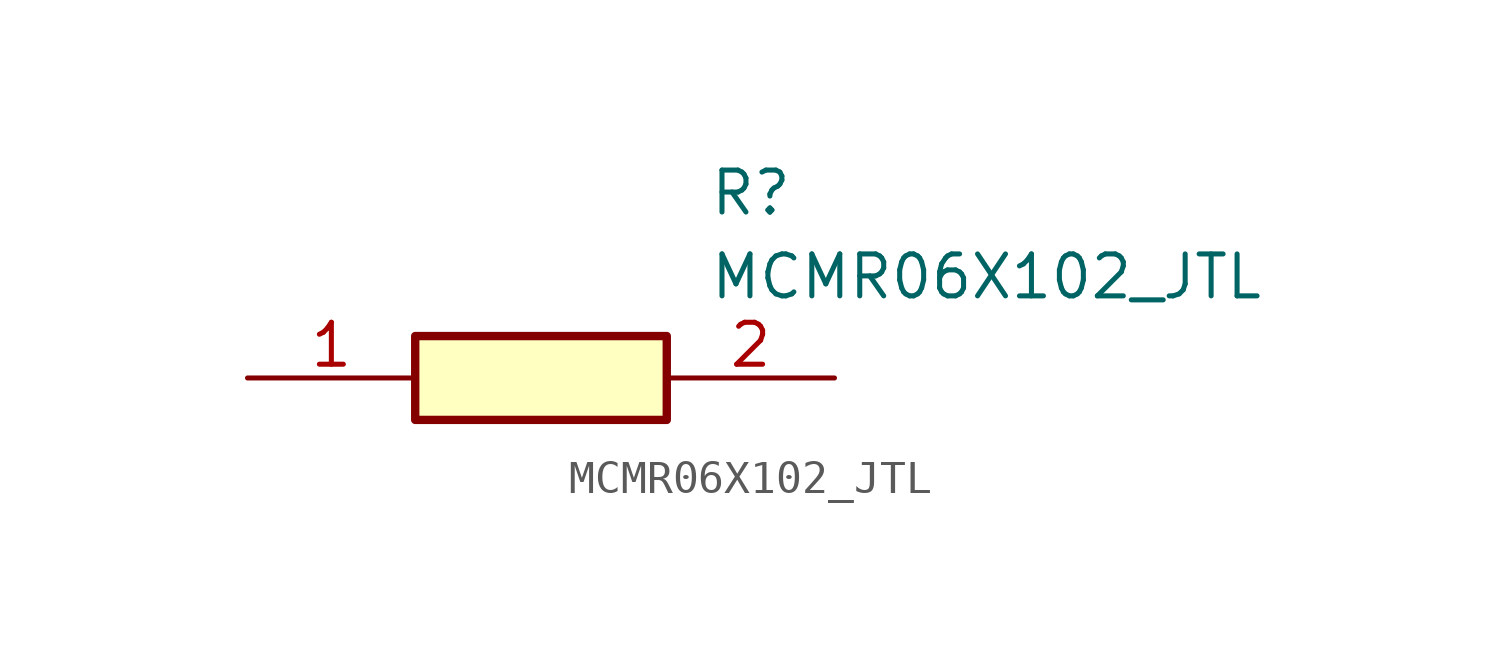
<source format=kicad_sym>
(kicad_symbol_lib
  (version 20211014)
  (generator SamacSys_ECAD_Model)
  (symbol "MCMR06X102_JTL"
    (pin_names hide)
    (property "Reference" "R"
      (at 13.97 6.35 0)
      (effects (font (size 1.27 1.27)) (justify left top)))
    (property "Value" "MCMR06X102_JTL"
      (at 13.97 3.81 0)
      (effects (font (size 1.27 1.27)) (justify left top)))
    (rectangle
      (start 5.08 1.27)
      (end 12.7 -1.27)
      (stroke (width 0.254) (type default))
      (fill (type background)))
    (pin passive line
      (at 0 0 0)
      (length 5.08)
      (name "1" (effects (font (size 1.27 1.27))))
      (number "1" (effects (font (size 1.27 1.27)))))
    (pin passive line
      (at 17.78 0 180)
      (length 5.08)
      (name "2" (effects (font (size 1.27 1.27))))
      (number "2" (effects (font (size 1.27 1.27)))))))
</source>
